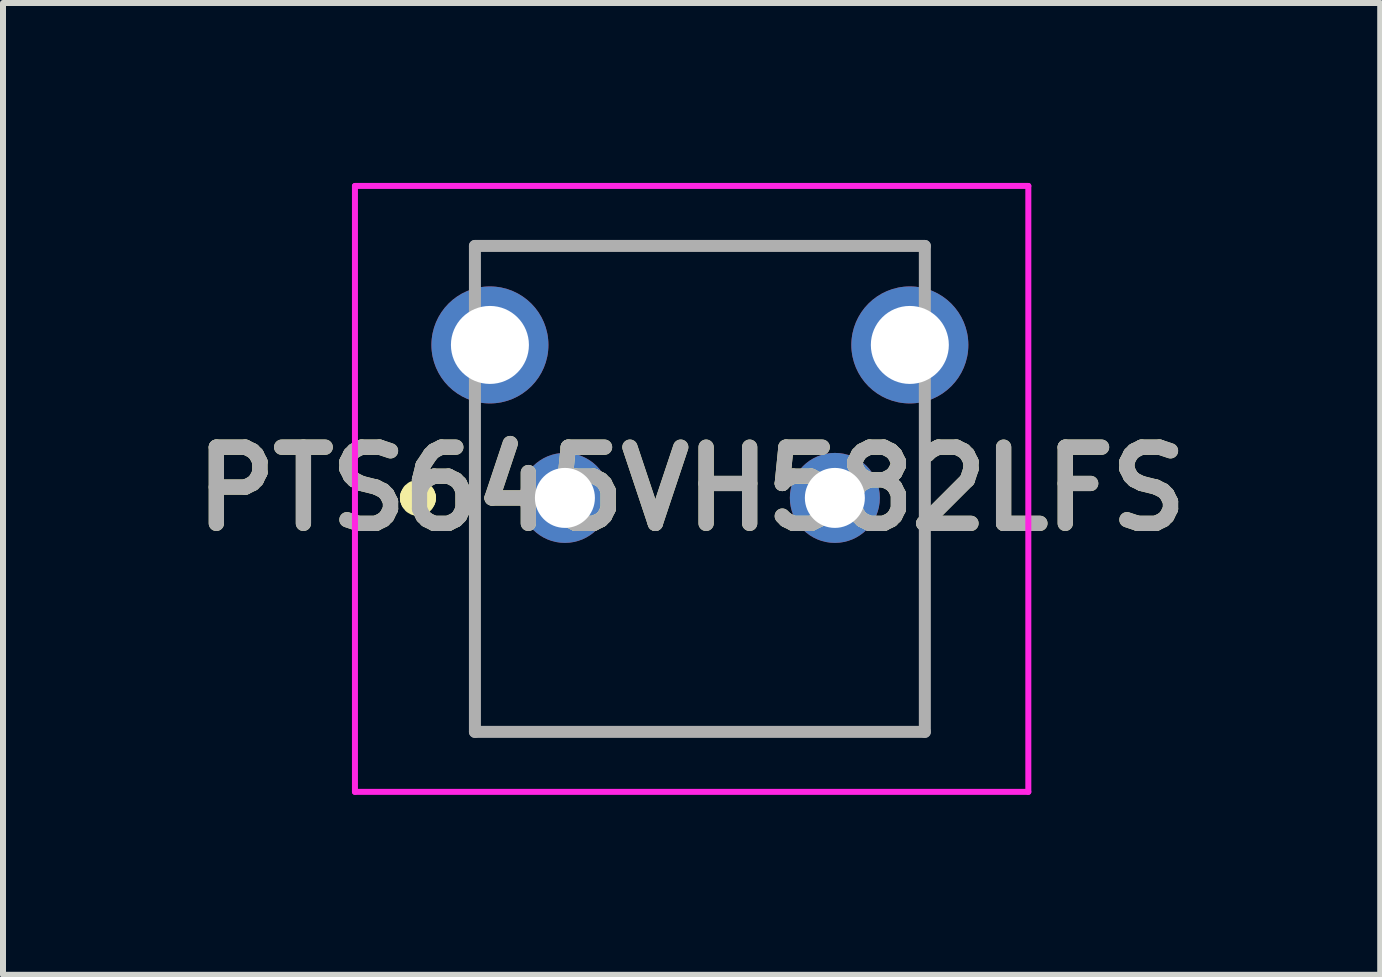
<source format=kicad_pcb>
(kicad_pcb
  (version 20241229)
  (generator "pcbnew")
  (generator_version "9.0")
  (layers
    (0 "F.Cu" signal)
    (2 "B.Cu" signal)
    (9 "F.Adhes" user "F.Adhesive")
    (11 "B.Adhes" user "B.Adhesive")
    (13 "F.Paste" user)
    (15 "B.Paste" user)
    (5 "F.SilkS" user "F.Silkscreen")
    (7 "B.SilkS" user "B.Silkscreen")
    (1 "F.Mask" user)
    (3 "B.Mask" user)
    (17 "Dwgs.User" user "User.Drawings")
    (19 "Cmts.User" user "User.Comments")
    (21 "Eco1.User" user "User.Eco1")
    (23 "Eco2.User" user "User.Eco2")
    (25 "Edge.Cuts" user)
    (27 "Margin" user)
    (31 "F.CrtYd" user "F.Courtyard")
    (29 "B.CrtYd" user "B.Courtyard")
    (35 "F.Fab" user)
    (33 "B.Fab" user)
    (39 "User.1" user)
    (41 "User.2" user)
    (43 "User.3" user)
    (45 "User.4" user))
  (footprint "PTS645VH582LFS"
    (layer "F.Cu")
    (at 6.367 5.25)
    (property "Reference" "PTS645VH582LFS" (at 2.112 -0.15 0) (layer "F.SilkS") (effects (font (size 1.27 1.27) (thickness 0.254))))
    (attr through_hole)
    (fp_line (start -2.5 0) (end -2.5 0) (stroke (width 0.5) (type solid)) (layer "F.SilkS"))
    (fp_line (start -2.4 0) (end -2.4 0) (stroke (width 0.5) (type solid)) (layer "F.SilkS"))
    (fp_line (start -1.5 -4.2) (end 6 -4.2) (stroke (width 0.1) (type solid)) (layer "F.SilkS"))
    (fp_line (start -1.5 -1) (end -1.5 3.9) (stroke (width 0.1) (type solid)) (layer "F.SilkS"))
    (fp_line (start -1.5 3.9) (end 6 3.9) (stroke (width 0.1) (type solid)) (layer "F.SilkS"))
    (fp_line (start 6 3.9) (end 6 -1) (stroke (width 0.1) (type solid)) (layer "F.SilkS"))
    (fp_arc (start -2.5 0) (mid -2.45 -0.05) (end -2.4 0) (stroke (width 0.5) (type solid)) (layer "F.SilkS"))
    (fp_arc (start -2.4 0) (mid -2.45 0.05) (end -2.5 0) (stroke (width 0.5) (type solid)) (layer "F.SilkS"))
    (fp_line (start -3.5 -5.2) (end 7.725 -5.2) (stroke (width 0.1) (type solid)) (layer "F.CrtYd"))
    (fp_line (start -3.5 4.9) (end -3.5 -5.2) (stroke (width 0.1) (type solid)) (layer "F.CrtYd"))
    (fp_line (start 7.725 -5.2) (end 7.725 4.9) (stroke (width 0.1) (type solid)) (layer "F.CrtYd"))
    (fp_line (start 7.725 4.9) (end -3.5 4.9) (stroke (width 0.1) (type solid)) (layer "F.CrtYd"))
    (fp_line (start -1.5 -4.2) (end 6 -4.2) (stroke (width 0.2) (type solid)) (layer "F.Fab"))
    (fp_line (start -1.5 3.9) (end -1.5 -4.2) (stroke (width 0.2) (type solid)) (layer "F.Fab"))
    (fp_line (start 6 -4.2) (end 6 3.9) (stroke (width 0.2) (type solid)) (layer "F.Fab"))
    (fp_line (start 6 3.9) (end -1.5 3.9) (stroke (width 0.2) (type solid)) (layer "F.Fab"))
    (fp_text user "${REFERENCE}" (at 2.112 -0.15 0) (layer "F.Fab") (effects (font (size 1.27 1.27) (thickness 0.254))))
    (pad "1" thru_hole circle (at 0 0) (size 1.5 1.5) (drill 1) (layers "*.Cu" "*.Mask"))
    (pad "2" thru_hole circle (at 4.5 0) (size 1.5 1.5) (drill 1) (layers "*.Cu" "*.Mask"))
    (pad "MH1" thru_hole circle (at -1.25 -2.55) (size 1.95 1.95) (drill 1.3) (layers "*.Cu" "*.Mask"))
    (pad "MH2" thru_hole circle (at 5.75 -2.55) (size 1.95 1.95) (drill 1.3) (layers "*.Cu" "*.Mask")))
  (gr_rect
    (start -3 -3)
    (end 19.958 13.2)
    (stroke (width 0.1) (type default))
    (fill no)
    (layer "Edge.Cuts")))
</source>
